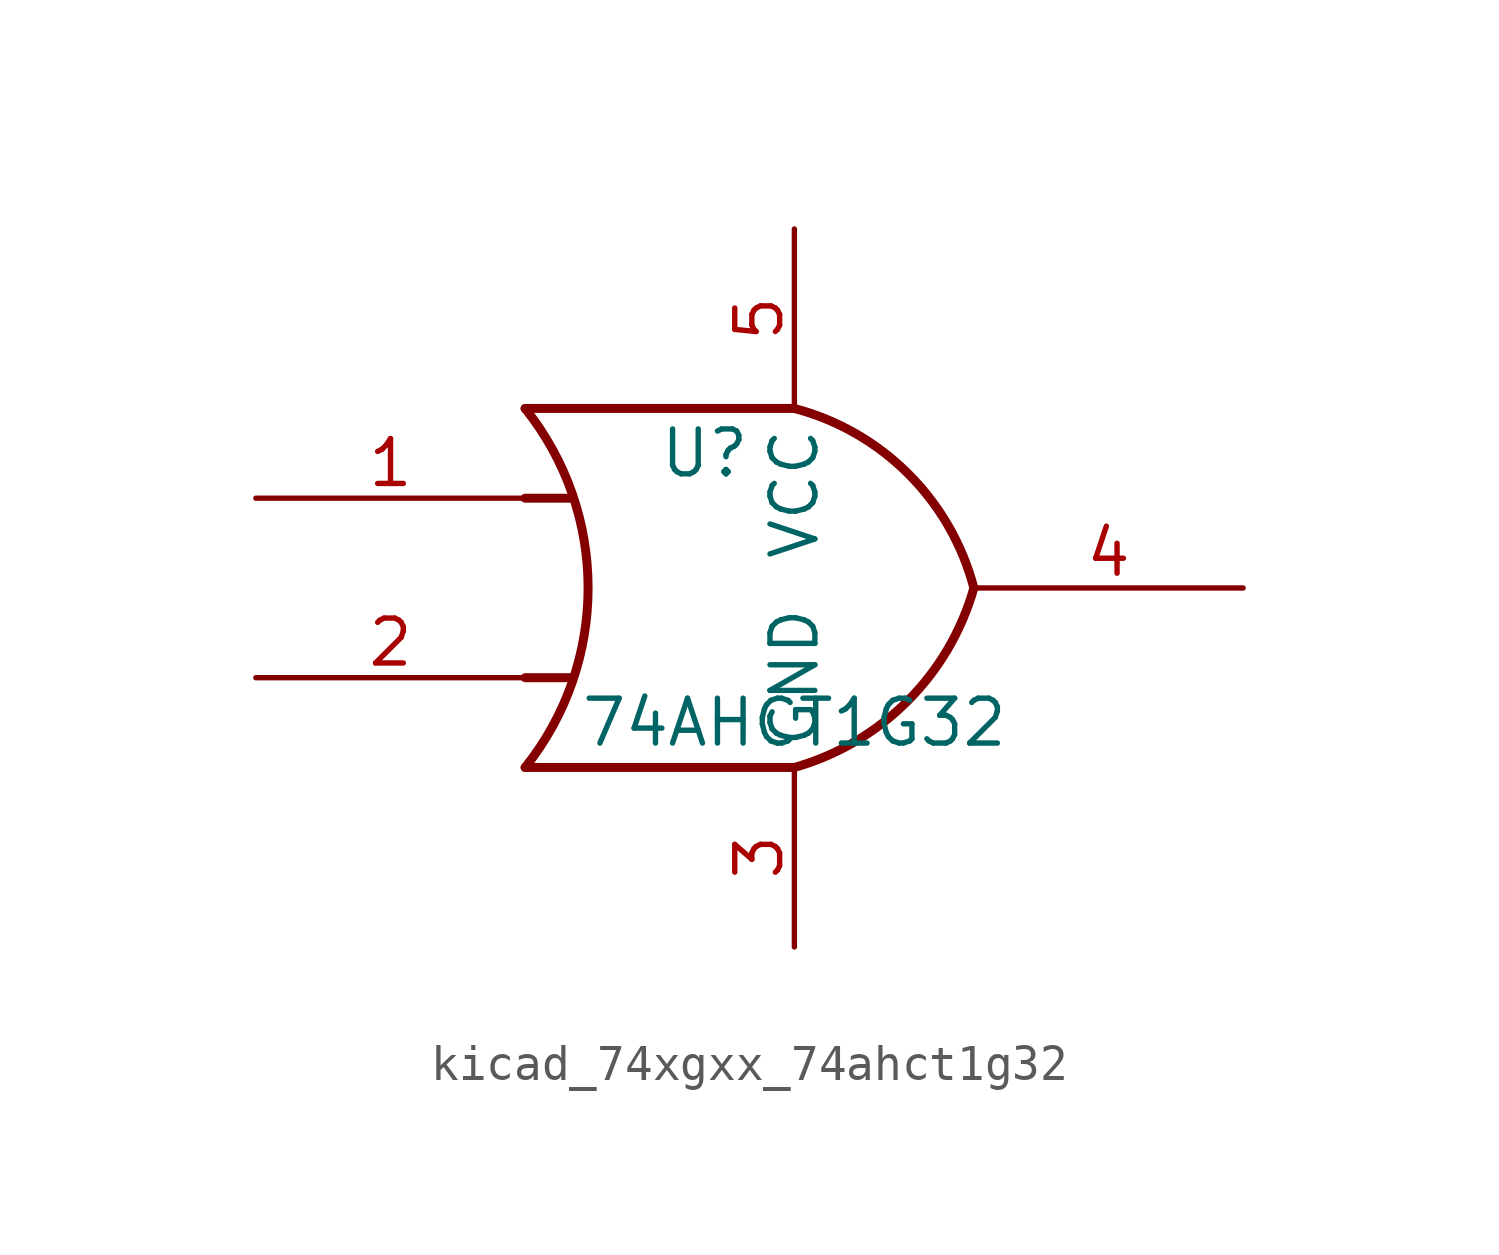
<source format=kicad_sym>
(kicad_symbol_lib
  (version 20220914)
  (generator kicad_symbol_editor)
  (symbol "kicad_74xgxx_74ahct1g32"
    (property "Reference" "U"
      (at -2.54 3.81 0)
      (effects (font (size 1.27 1.27))))
    (property "Value" "74AHCT1G32"
      (at 0 -3.81 0)
      (effects (font (size 1.27 1.27))))
    (symbol "kicad_74xgxx_74ahct1g32_0_1"
      (arc (start -7.62 -5.08) (mid -5.838 0) (end -7.62 5.08) (stroke (width 0.254) (type default)) (fill (type none)))
      (arc (start 0 -5.08) (mid 3.1986 -3.2054) (end 5.08 0) (stroke (width 0.254) (type default)) (fill (type none)))
      (polyline (pts (xy -7.62 -2.54) (xy -6.35 -2.54)) (stroke (width 0.254) (type default)) (fill (type background)))
      (polyline (pts (xy -7.62 2.54) (xy -6.35 2.54)) (stroke (width 0.254) (type default)) (fill (type background)))
      (polyline (pts (xy 0 -5.08) (xy -7.62 -5.08)) (stroke (width 0.254) (type default)) (fill (type background)))
      (polyline (pts (xy 0 5.08) (xy -7.62 5.08)) (stroke (width 0.254) (type default)) (fill (type background)))
      (arc (start 5.08 0) (mid 3.2238 3.2304) (end 0 5.08) (stroke (width 0.254) (type default)) (fill (type none))))
    (symbol "kicad_74xgxx_74ahct1g32_1_1"
      (pin input line (at -15.24 2.54 0) (length 7.62) (name "~" (effects (font (size 1.27 1.27)))) (number "1" (effects (font (size 1.27 1.27)))))
      (pin input line (at -15.24 -2.54 0) (length 7.62) (name "~" (effects (font (size 1.27 1.27)))) (number "2" (effects (font (size 1.27 1.27)))))
      (pin power_in line (at 0 -10.16 90) (length 5.08) (name "GND" (effects (font (size 1.27 1.27)))) (number "3" (effects (font (size 1.27 1.27)))))
      (pin output line (at 12.7 0 180) (length 7.62) (name "~" (effects (font (size 1.27 1.27)))) (number "4" (effects (font (size 1.27 1.27)))))
      (pin power_in line (at 0 10.16 270) (length 5.08) (name "VCC" (effects (font (size 1.27 1.27)))) (number "5" (effects (font (size 1.27 1.27))))))))
</source>
